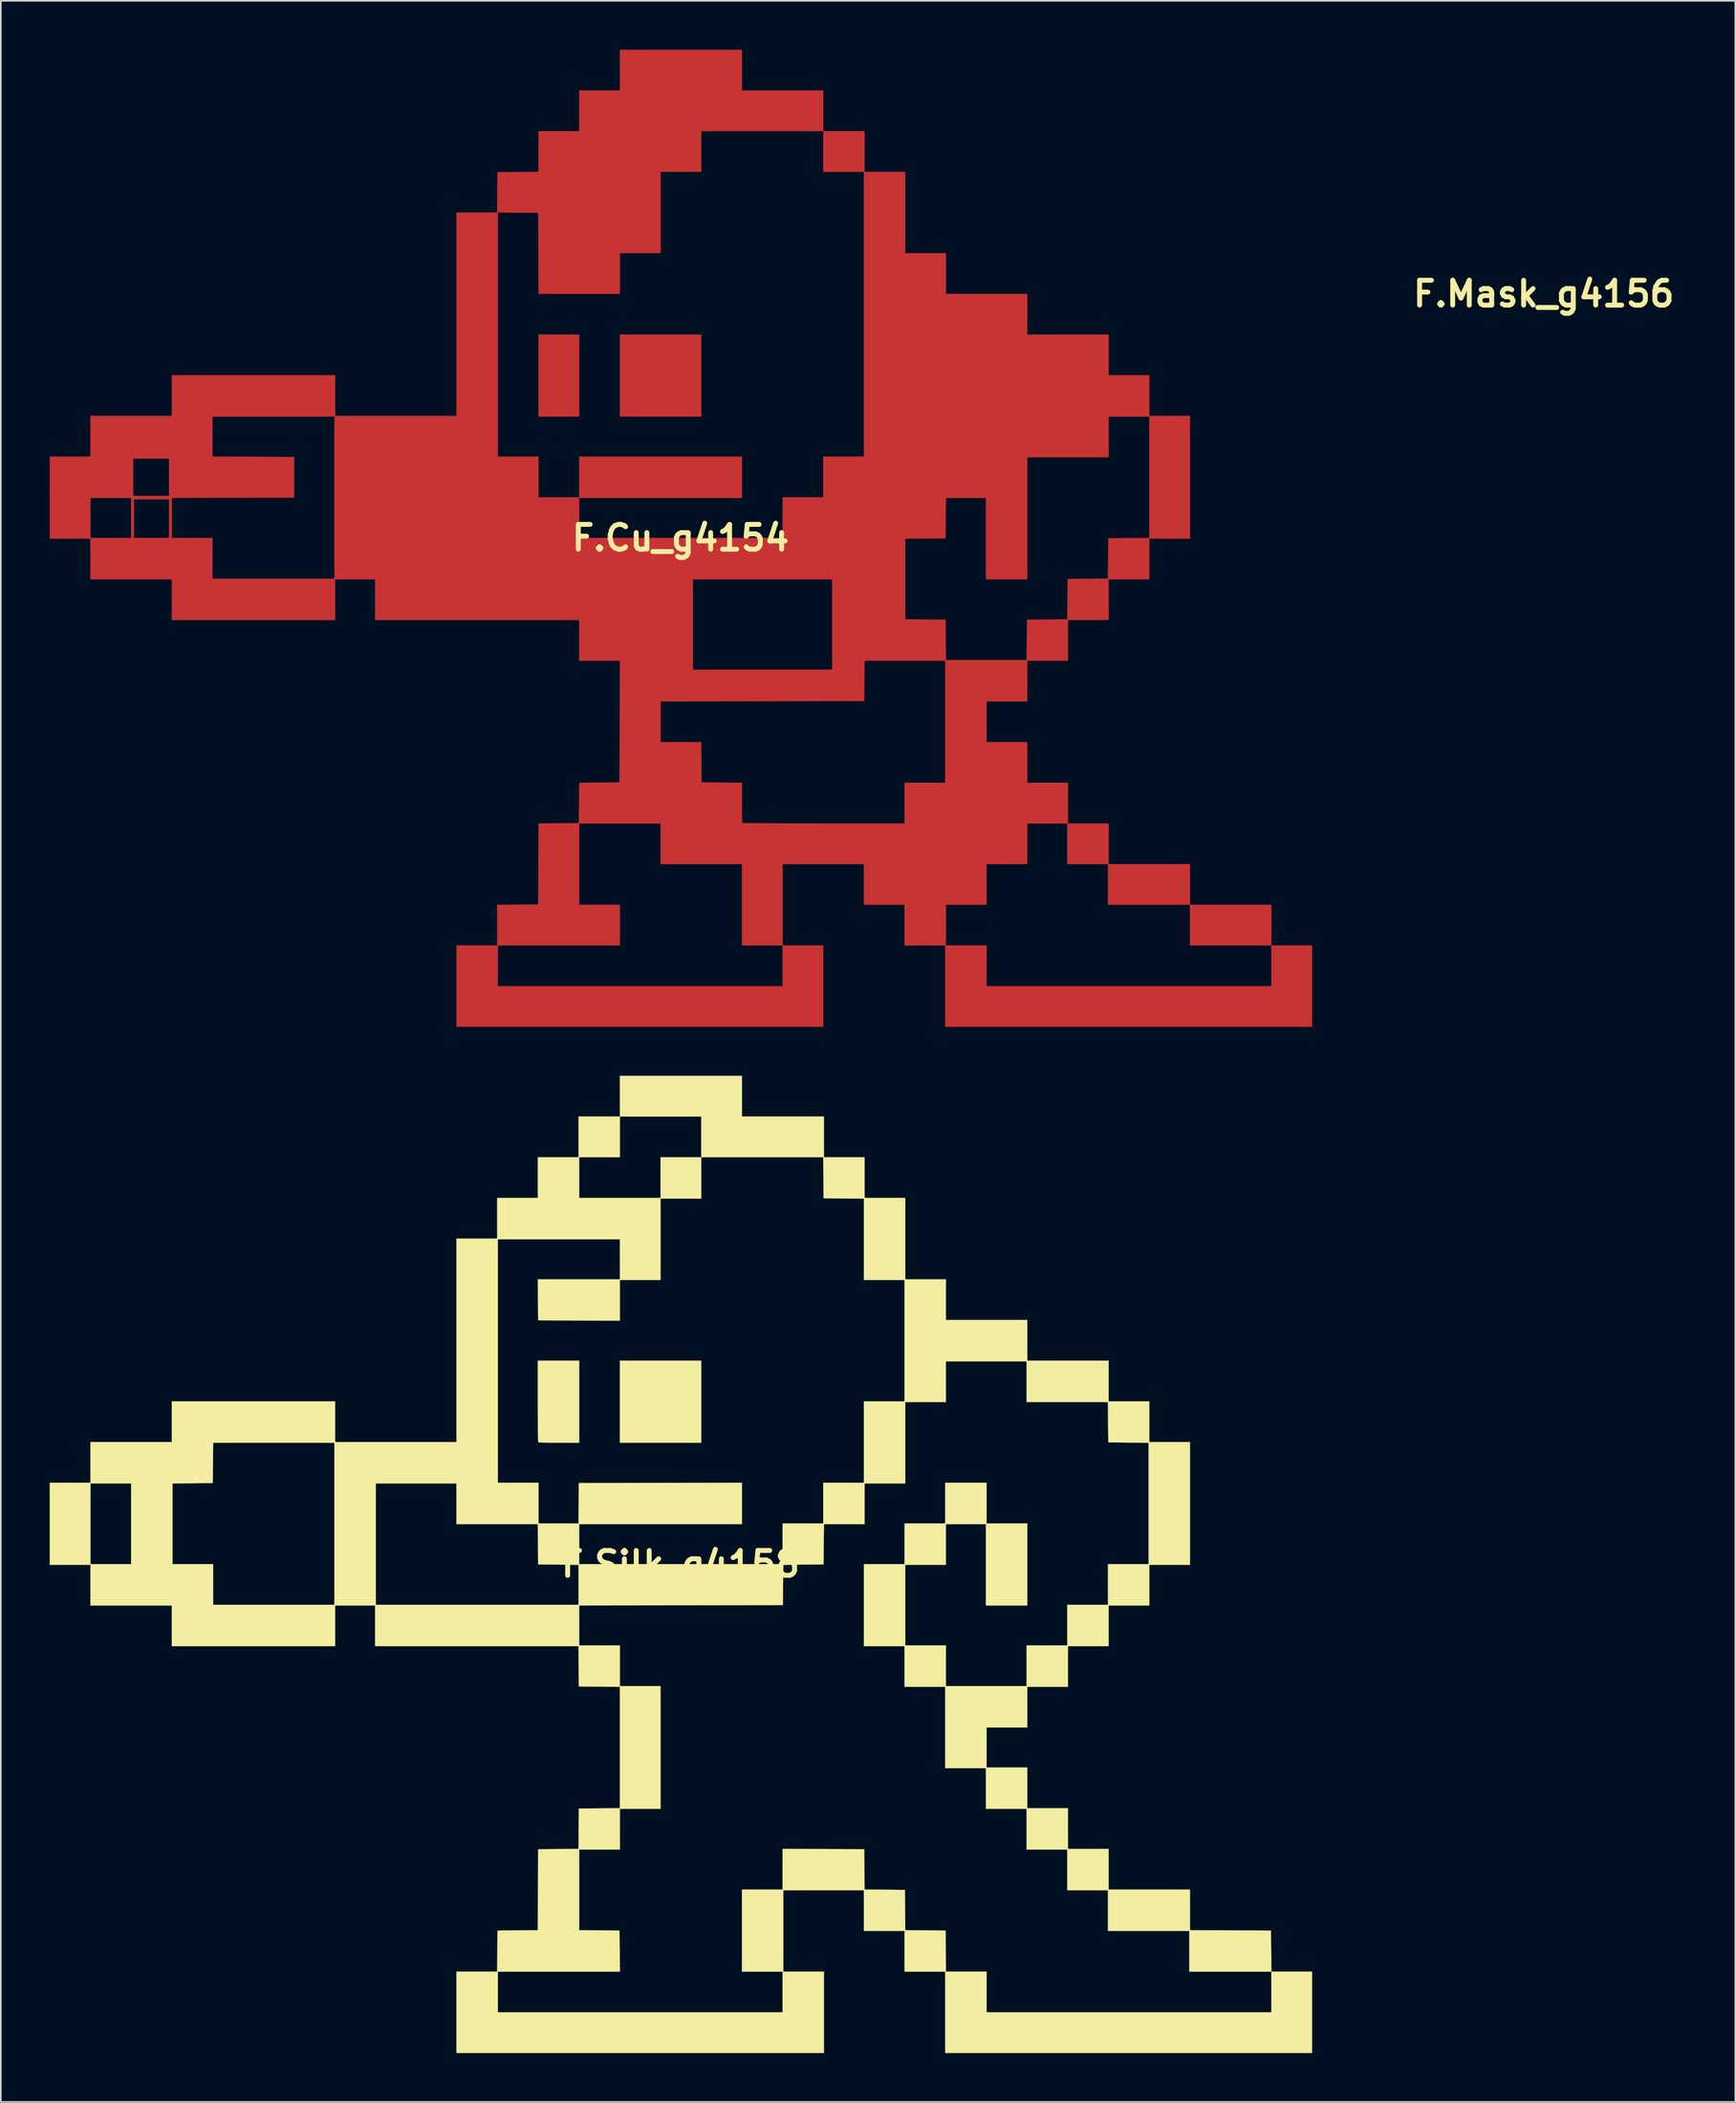
<source format=kicad_pcb>
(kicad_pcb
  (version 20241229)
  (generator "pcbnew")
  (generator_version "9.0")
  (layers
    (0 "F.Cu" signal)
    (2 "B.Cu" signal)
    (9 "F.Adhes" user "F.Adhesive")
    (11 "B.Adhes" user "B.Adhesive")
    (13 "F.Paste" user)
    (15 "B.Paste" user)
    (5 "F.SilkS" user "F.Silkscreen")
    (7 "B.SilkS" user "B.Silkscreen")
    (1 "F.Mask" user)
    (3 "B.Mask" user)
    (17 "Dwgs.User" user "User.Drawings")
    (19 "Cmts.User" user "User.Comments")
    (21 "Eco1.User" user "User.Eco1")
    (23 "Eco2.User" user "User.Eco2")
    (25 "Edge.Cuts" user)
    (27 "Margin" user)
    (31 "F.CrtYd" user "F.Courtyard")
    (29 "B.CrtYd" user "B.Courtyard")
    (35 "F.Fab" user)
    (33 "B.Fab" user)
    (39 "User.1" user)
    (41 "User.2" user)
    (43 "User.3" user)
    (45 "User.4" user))
  (footprint "F.Cu_g4154"
    (layer "F.Cu")
    (at 38.74 29.977)
    (property "Reference" "F.Cu_g4154" (at 0 0 0) (layer "F.SilkS") (effects (font (size 1.524 1.524) (thickness 0.3))))
    (attr through_hole)
    (fp_poly (pts (xy -6.223 -7.451) (xy -8.721 -7.451) (xy -8.721 -12.488) (xy -6.223 -12.488) (xy -6.223 -7.451)) (stroke (width 0.01) (type solid)) (fill yes) (layer "F.Cu"))
    (fp_poly (pts (xy 1.27 -7.451) (xy -3.725 -7.451) (xy -3.725 -12.488) (xy 1.27 -12.488) (xy 1.27 -7.451)) (stroke (width 0.01) (type solid)) (fill yes) (layer "F.Cu"))
    (fp_poly (pts (xy 11.303 -24.977) (xy 11.303 -22.479) (xy 13.801 -22.479) (xy 13.801 -17.484) (xy 16.298 -17.484) (xy 16.298 -14.986) (xy 21.294 -14.986) (xy 21.294 -12.488) (xy 26.289 -12.488) (xy 26.289 -9.991) (xy 28.787 -9.991) (xy 28.787 -7.493) (xy 31.284 -7.493) (xy 31.284 0.042) (xy 28.787 0.042) (xy 28.787 2.54) (xy 26.289 2.54) (xy 26.289 5.038) (xy 23.791 5.038) (xy 23.791 7.535) (xy 21.294 7.535) (xy 21.294 10.033) (xy 18.796 10.033) (xy 18.796 12.531) (xy 21.294 12.531) (xy 21.294 15.028) (xy 23.791 15.028) (xy 23.791 17.526) (xy 26.289 17.526) (xy 26.289 20.024) (xy 31.284 20.024) (xy 31.284 22.521) (xy 36.28 22.521) (xy 36.28 25.019) (xy 38.777 25.019) (xy 38.777 30.014) (xy 16.256 30.014) (xy 16.256 25.019) (xy 13.758 25.019) (xy 13.758 22.521) (xy 16.298 22.521) (xy 16.298 25.019) (xy 18.796 25.019) (xy 18.796 27.517) (xy 36.28 27.517) (xy 36.28 25.019) (xy 31.284 25.019) (xy 31.284 22.521) (xy 26.247 22.521) (xy 26.247 20.024) (xy 23.749 20.024) (xy 23.749 17.526) (xy 21.294 17.526) (xy 21.294 20.024) (xy 18.796 20.024) (xy 18.796 22.521) (xy 16.298 22.521) (xy 13.758 22.521) (xy 11.261 22.521) (xy 11.261 20.024) (xy 6.265 20.024) (xy 6.265 25.019) (xy 8.763 25.019) (xy 8.763 30.014) (xy -13.758 30.014) (xy -13.758 25.019) (xy -11.261 25.019) (xy -11.218 25.019) (xy -11.218 27.517) (xy 6.265 27.517) (xy 6.265 25.019) (xy 3.768 25.019) (xy 3.768 20.024) (xy -1.228 20.024) (xy -1.228 17.526) (xy -6.223 17.526) (xy -6.223 22.521) (xy -3.725 22.521) (xy -3.725 25.019) (xy -11.218 25.019) (xy -11.261 25.019) (xy -11.261 22.523) (xy -10.001 22.511) (xy -8.742 22.5) (xy -8.731 20.014) (xy -8.72 17.527) (xy -6.244 17.505) (xy -6.233 16.267) (xy -6.222 15.03) (xy -3.747 15.007) (xy -3.736 11.271) (xy -3.732 10.033) (xy -1.228 10.033) (xy -1.228 12.531) (xy 1.269 12.531) (xy 1.28 13.769) (xy 1.291 15.007) (xy 3.768 15.03) (xy 3.768 16.25) (xy 3.769 16.563) (xy 3.771 16.848) (xy 3.775 17.095) (xy 3.781 17.292) (xy 3.787 17.429) (xy 3.794 17.494) (xy 3.796 17.498) (xy 3.841 17.501) (xy 3.966 17.505) (xy 4.164 17.508) (xy 4.432 17.511) (xy 4.763 17.514) (xy 5.152 17.517) (xy 5.595 17.519) (xy 6.085 17.521) (xy 6.618 17.523) (xy 7.188 17.524) (xy 7.789 17.525) (xy 8.418 17.526) (xy 8.791 17.526) (xy 13.758 17.526) (xy 13.758 15.028) (xy 16.256 15.028) (xy 16.256 7.535) (xy 11.304 7.535) (xy 11.293 8.774) (xy 11.282 10.012) (xy -1.228 10.033) (xy -3.732 10.033) (xy -3.725 7.535) (xy -6.223 7.535) (xy -6.223 5.038) (xy -18.754 5.038) (xy -18.754 2.54) (xy 0.762 2.54) (xy 0.762 8.086) (xy 9.313 8.086) (xy 9.313 2.54) (xy 0.762 2.54) (xy -18.754 2.54) (xy -21.209 2.54) (xy -21.209 5.038) (xy -31.242 5.038) (xy -31.242 2.54) (xy -36.237 2.54) (xy -36.237 0.042) (xy -38.735 0.042) (xy -38.735 -2.455) (xy -36.237 -2.455) (xy -36.237 0) (xy -33.74 0) (xy -33.74 -2.371) (xy -33.57 -2.371) (xy -33.57 0) (xy -31.411 0) (xy -31.411 -2.371) (xy -33.57 -2.371) (xy -33.74 -2.371) (xy -33.74 -2.455) (xy -31.242 -2.455) (xy -31.242 0) (xy -28.744 0) (xy -28.744 2.498) (xy -21.251 2.498) (xy -21.251 0.044) (xy 13.801 0.044) (xy 13.801 4.994) (xy 16.277 5.016) (xy 16.3 7.493) (xy 21.25 7.493) (xy 21.273 5.016) (xy 22.51 5.005) (xy 23.748 4.994) (xy 23.759 3.756) (xy 23.77 2.519) (xy 25.008 2.508) (xy 26.245 2.496) (xy 26.257 1.259) (xy 26.268 0.021) (xy 27.527 0.01) (xy 28.787 -0.001) (xy 28.787 -7.451) (xy 26.289 -7.451) (xy 26.289 -4.953) (xy 21.294 -4.953) (xy 21.294 2.54) (xy 18.754 2.54) (xy 18.754 -2.455) (xy 16.3 -2.455) (xy 16.277 0.021) (xy 13.801 0.044) (xy -21.251 0.044) (xy -21.251 -7.451) (xy -28.744 -7.451) (xy -28.744 -4.996) (xy -23.728 -4.974) (xy -23.728 -2.477) (xy -31.242 -2.455) (xy -33.74 -2.455) (xy -33.74 -2.455) (xy -36.237 -2.455) (xy -38.735 -2.455) (xy -38.735 -4.868) (xy -33.613 -4.868) (xy -33.613 -2.582) (xy -31.411 -2.582) (xy -31.411 -4.868) (xy -33.613 -4.868) (xy -38.735 -4.868) (xy -38.735 -4.995) (xy -36.237 -4.995) (xy -36.237 -7.493) (xy -31.242 -7.493) (xy -31.242 -9.991) (xy -21.209 -9.991) (xy -21.209 -7.493) (xy -13.758 -7.493) (xy -13.758 -19.981) (xy -11.262 -19.981) (xy -11.262 -19.983) (xy -11.218 -19.983) (xy -11.218 -4.995) (xy -8.721 -4.995) (xy -8.721 -2.498) (xy -6.223 -2.498) (xy -6.223 -4.995) (xy 3.768 -4.995) (xy 3.768 -2.455) (xy -6.223 -2.455) (xy -6.223 0) (xy 6.265 0) (xy 6.265 -2.498) (xy 8.763 -2.498) (xy 8.763 -4.995) (xy 11.261 -4.995) (xy 11.261 -22.479) (xy 8.763 -22.479) (xy 8.763 -24.977) (xy 1.27 -24.977) (xy 1.27 -22.479) (xy -1.228 -22.479) (xy -1.228 -17.484) (xy -3.725 -17.484) (xy -3.725 -14.986) (xy -8.72 -14.986) (xy -8.731 -17.473) (xy -8.742 -19.96) (xy -11.218 -19.983) (xy -11.262 -19.983) (xy -11.239 -22.458) (xy -9.98 -22.469) (xy -8.721 -22.48) (xy -8.721 -24.977) (xy -6.223 -24.977) (xy -6.223 -27.474) (xy -3.725 -27.474) (xy -3.725 -29.972) (xy 3.768 -29.972) (xy 3.768 -27.474) (xy 8.763 -27.474) (xy 8.763 -24.977) (xy 11.303 -24.977)) (stroke (width 0.01) (type solid)) (fill yes) (layer "F.Cu")))
  (footprint "F.Silk_g4158"
    (layer "F.Cu")
    (at 38.74 92.973)
    (property "Reference" "F.Silk_g4158" (at 0 0 0) (layer "F.SilkS") (effects (font (size 1.524 1.524) (thickness 0.3))))
    (attr through_hole)
    (fp_poly (pts (xy 1.27 -7.451) (xy -3.725 -7.451) (xy -3.725 -12.488) (xy 1.27 -12.488) (xy 1.27 -7.451)) (stroke (width 0.01) (type solid)) (fill yes) (layer "F.SilkS"))
    (fp_poly (pts (xy -6.223 -7.451) (xy -7.465 -7.451) (xy -7.781 -7.452) (xy -8.069 -7.454) (xy -8.319 -7.458) (xy -8.52 -7.464) (xy -8.66 -7.47) (xy -8.73 -7.477) (xy -8.735 -7.479) (xy -8.74 -7.525) (xy -8.745 -7.649) (xy -8.749 -7.842) (xy -8.753 -8.097) (xy -8.757 -8.407) (xy -8.759 -8.764) (xy -8.761 -9.161) (xy -8.763 -9.59) (xy -8.763 -9.998) (xy -8.763 -12.488) (xy -6.223 -12.488) (xy -6.223 -7.451)) (stroke (width 0.01) (type solid)) (fill yes) (layer "F.SilkS"))
    (fp_poly (pts (xy 3.768 -27.474) (xy 8.805 -27.474) (xy 8.805 -24.977) (xy 11.303 -24.977) (xy 11.303 -22.479) (xy 13.801 -22.479) (xy 13.801 -17.484) (xy 16.298 -17.484) (xy 16.298 -14.986) (xy 21.294 -14.986) (xy 21.294 -12.488) (xy 26.289 -12.488) (xy 26.289 -9.991) (xy 28.787 -9.991) (xy 28.787 -7.493) (xy 31.284 -7.493) (xy 31.284 0.042) (xy 28.787 0.042) (xy 28.787 2.54) (xy 26.289 2.54) (xy 26.289 5.038) (xy 23.791 5.038) (xy 23.791 7.535) (xy 21.294 7.535) (xy 21.294 10.033) (xy 18.796 10.033) (xy 18.796 12.488) (xy 21.294 12.488) (xy 21.294 14.986) (xy 23.791 14.986) (xy 23.791 17.484) (xy 26.289 17.484) (xy 26.289 19.981) (xy 31.284 19.981) (xy 31.284 22.478) (xy 33.771 22.489) (xy 36.258 22.5) (xy 36.281 25.019) (xy 38.777 25.019) (xy 38.777 30.014) (xy 16.256 30.014) (xy 16.256 25.019) (xy 13.758 25.019) (xy 13.758 22.521) (xy 11.261 22.521) (xy 11.261 20.024) (xy 6.308 20.024) (xy 6.308 25.019) (xy 8.805 25.019) (xy 8.805 30.014) (xy -13.758 30.014) (xy -13.758 25.019) (xy -11.262 25.019) (xy -11.218 25.019) (xy -11.218 27.517) (xy 6.265 27.517) (xy 6.265 25.019) (xy 3.768 25.019) (xy 3.768 19.981) (xy 6.265 19.981) (xy 6.265 17.483) (xy 11.282 17.505) (xy 11.293 18.742) (xy 11.304 19.98) (xy 13.78 20.003) (xy 13.791 21.24) (xy 13.802 22.478) (xy 15.04 22.489) (xy 16.277 22.5) (xy 16.288 23.76) (xy 16.3 25.019) (xy 18.796 25.019) (xy 18.796 27.517) (xy 36.28 27.517) (xy 36.28 25.019) (xy 31.242 25.019) (xy 31.242 22.521) (xy 26.247 22.521) (xy 26.247 20.024) (xy 23.749 20.024) (xy 23.749 17.526) (xy 21.251 17.526) (xy 21.251 15.028) (xy 18.754 15.028) (xy 18.754 12.531) (xy 16.256 12.531) (xy 16.256 7.535) (xy 13.758 7.535) (xy 13.758 5.038) (xy 11.261 5.038) (xy 11.261 0) (xy 13.758 0) (xy 13.758 -2.498) (xy 16.256 -2.498) (xy 16.256 -4.995) (xy 18.796 -4.995) (xy 18.796 -2.498) (xy 21.294 -2.498) (xy 21.294 2.54) (xy 18.754 2.54) (xy 18.754 -2.455) (xy 16.298 -2.455) (xy 16.298 0.042) (xy 13.801 0.042) (xy 13.801 4.995) (xy 16.298 4.995) (xy 16.298 7.493) (xy 21.251 7.493) (xy 21.251 4.995) (xy 23.749 4.995) (xy 23.749 2.498) (xy 26.247 2.498) (xy 26.247 0) (xy 28.744 0) (xy 28.744 -7.449) (xy 26.268 -7.472) (xy 26.245 -9.948) (xy 21.251 -9.948) (xy 21.251 -12.446) (xy 16.298 -12.446) (xy 16.298 -9.948) (xy 13.801 -9.948) (xy 13.801 -4.953) (xy 11.303 -4.953) (xy 11.303 -2.455) (xy 8.807 -2.455) (xy 8.784 0.021) (xy 7.547 0.032) (xy 6.309 0.044) (xy 6.298 1.281) (xy 6.287 2.519) (xy -6.223 2.54) (xy -6.223 4.995) (xy -3.725 4.995) (xy -3.725 7.493) (xy -1.228 7.493) (xy -1.228 15.028) (xy -3.725 15.028) (xy -3.725 17.526) (xy -6.223 17.526) (xy -6.223 22.478) (xy -4.985 22.489) (xy -3.747 22.5) (xy -3.724 25.019) (xy -11.218 25.019) (xy -11.262 25.019) (xy -11.251 23.76) (xy -11.239 22.5) (xy -10.002 22.489) (xy -8.764 22.478) (xy -8.753 19.991) (xy -8.742 17.505) (xy -7.504 17.494) (xy -6.267 17.482) (xy -6.255 16.245) (xy -6.244 15.007) (xy -4.985 14.996) (xy -3.725 14.985) (xy -3.725 7.537) (xy -4.985 7.525) (xy -6.244 7.514) (xy -6.267 5.038) (xy -18.754 5.038) (xy -18.754 2.54) (xy -21.209 2.54) (xy -21.209 5.038) (xy -31.242 5.038) (xy -31.242 2.54) (xy -36.237 2.54) (xy -36.237 0.042) (xy -38.735 0.042) (xy -38.735 -4.953) (xy -36.237 -4.953) (xy -36.237 0) (xy -33.74 0) (xy -33.74 -4.952) (xy -31.2 -4.952) (xy -31.2 0) (xy -28.702 0) (xy -28.702 2.498) (xy -21.251 2.498) (xy -21.251 -4.953) (xy -18.711 -4.953) (xy -18.711 2.498) (xy -6.265 2.498) (xy -6.265 0.044) (xy -8.742 0.021) (xy -8.753 -1.217) (xy -8.764 -2.455) (xy -13.758 -2.455) (xy -13.758 -4.953) (xy -18.711 -4.953) (xy -21.251 -4.953) (xy -21.251 -7.451) (xy -28.701 -7.451) (xy -28.712 -6.212) (xy -28.723 -4.974) (xy -29.961 -4.963) (xy -31.2 -4.952) (xy -33.74 -4.952) (xy -33.74 -4.953) (xy -36.237 -4.953) (xy -38.735 -4.953) (xy -38.735 -4.995) (xy -36.237 -4.995) (xy -36.237 -7.493) (xy -31.242 -7.493) (xy -31.242 -9.991) (xy -21.209 -9.991) (xy -21.209 -7.493) (xy -13.758 -7.493) (xy -13.758 -19.939) (xy -11.218 -19.939) (xy -11.218 -4.995) (xy -8.721 -4.995) (xy -8.721 -2.498) (xy -6.267 -2.498) (xy -6.244 -4.974) (xy -1.238 -4.985) (xy 3.768 -4.996) (xy 3.768 -2.455) (xy -6.223 -2.455) (xy -6.223 0) (xy 6.265 0) (xy 6.265 -2.498) (xy 8.763 -2.498) (xy 8.763 -4.995) (xy 11.261 -4.995) (xy 11.261 -9.991) (xy 13.758 -9.991) (xy 13.758 -17.441) (xy 11.261 -17.441) (xy 11.261 -22.435) (xy 8.784 -22.458) (xy 8.773 -23.717) (xy 8.762 -24.977) (xy 1.27 -24.977) (xy 1.27 -22.437) (xy -1.228 -22.437) (xy -1.228 -17.441) (xy -3.725 -17.441) (xy -3.725 -14.943) (xy -8.742 -14.965) (xy -8.753 -16.224) (xy -8.764 -17.484) (xy -3.725 -17.484) (xy -3.725 -19.939) (xy -11.218 -19.939) (xy -13.758 -19.939) (xy -13.758 -19.981) (xy -11.261 -19.981) (xy -11.261 -22.479) (xy -8.763 -22.479) (xy -8.763 -24.977) (xy -6.265 -24.977) (xy -6.223 -24.977) (xy -6.223 -22.479) (xy -1.228 -22.479) (xy -1.228 -24.977) (xy 1.27 -24.977) (xy 1.27 -27.474) (xy -3.725 -27.474) (xy -3.725 -24.977) (xy -6.223 -24.977) (xy -6.265 -24.977) (xy -6.265 -27.474) (xy -3.725 -27.474) (xy -3.725 -29.972) (xy 3.768 -29.972) (xy 3.768 -27.474)) (stroke (width 0.01) (type solid)) (fill yes) (layer "F.SilkS")))
  (footprint "F.Mask_g4156"
    (layer "F.Cu")
    (at 91.746 14.991)
    (property "Reference" "F.Mask_g4156" (at 0 0 0) (layer "F.SilkS") (effects (font (size 1.524 1.524) (thickness 0.3))))
    (attr through_hole)
    (fp_poly (pts (xy -8.721 -7.493) (xy -6.223 -7.493) (xy -6.223 -12.488) (xy -3.725 -12.488) (xy -3.725 -7.493) (xy 1.27 -7.493) (xy 1.27 -12.488) (xy -3.725 -12.488) (xy -3.725 -14.986) (xy 6.265 -14.986) (xy 6.265 -12.488) (xy 8.763 -12.488) (xy 8.763 -4.953) (xy 6.265 -4.953) (xy 6.265 0.042) (xy -6.223 0.042) (xy -6.223 -2.455) (xy -8.721 -2.455) (xy -8.721 -4.953) (xy -6.223 -4.953) (xy -6.223 -2.498) (xy 3.768 -2.498) (xy 3.768 -4.953) (xy -6.223 -4.953) (xy -8.721 -4.953) (xy -11.218 -4.953) (xy -11.218 -14.986) (xy -8.721 -14.986) (xy -8.721 -7.493)) (stroke (width 0.01) (type solid)) (fill yes) (layer "F.Mask")))
  (gr_rect
    (start -3 -3)
    (end 103.514 125.993)
    (stroke (width 0.1) (type default))
    (fill no)
    (layer "Edge.Cuts")))
</source>
